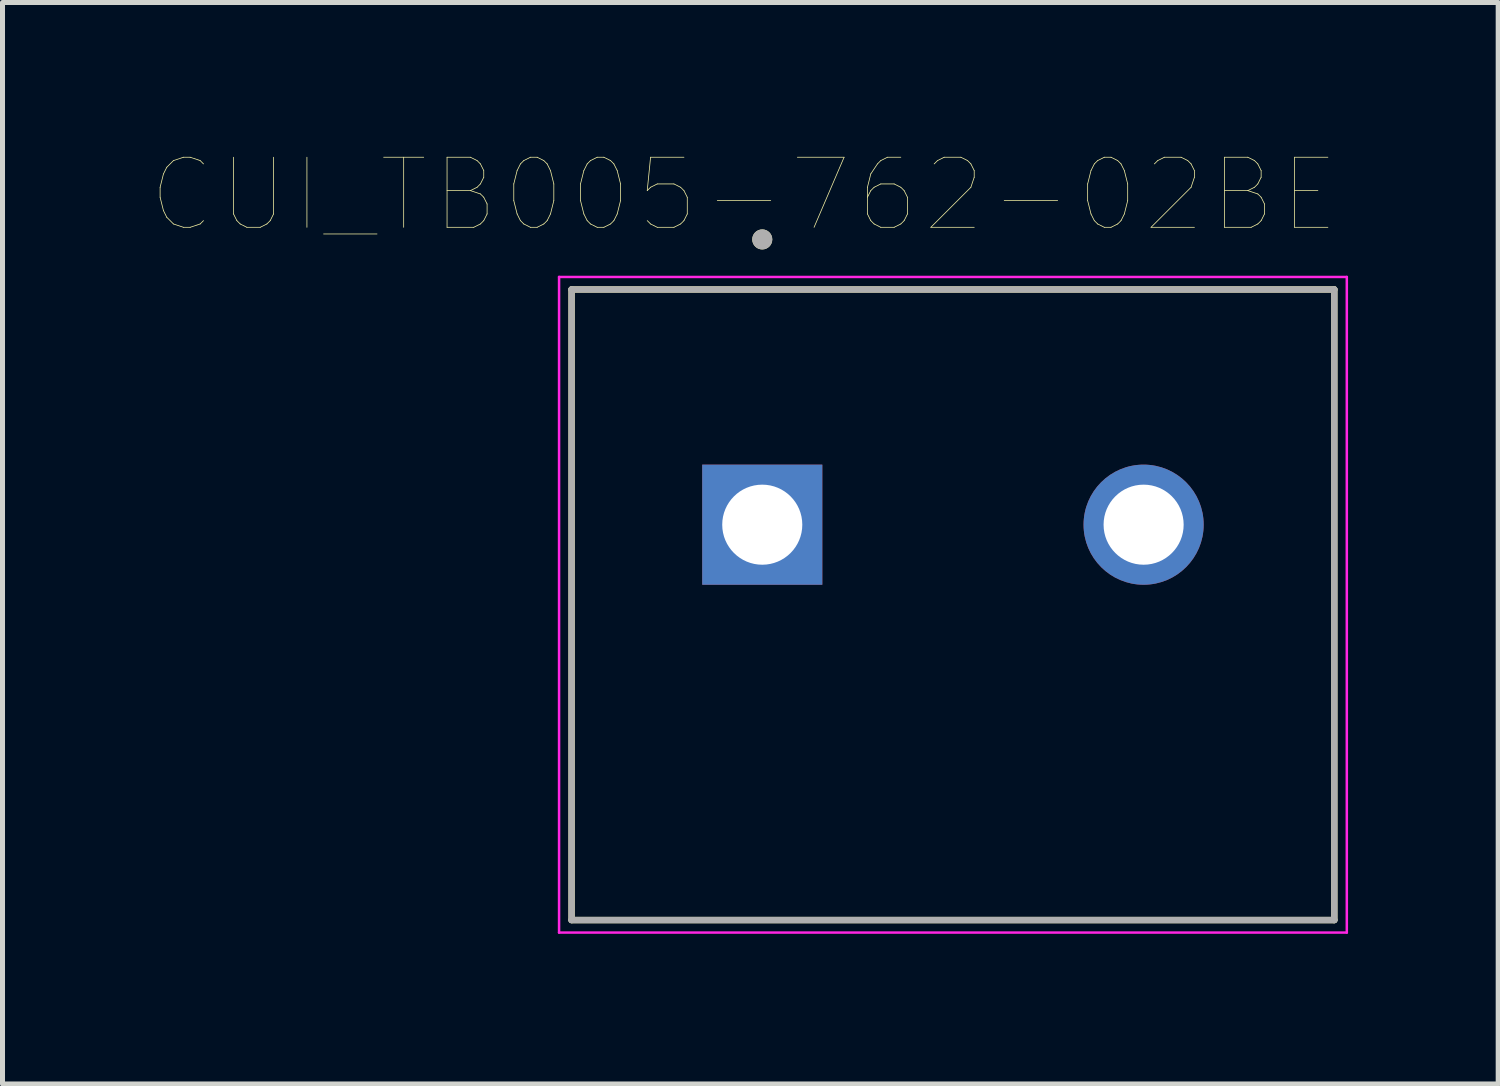
<source format=kicad_pcb>
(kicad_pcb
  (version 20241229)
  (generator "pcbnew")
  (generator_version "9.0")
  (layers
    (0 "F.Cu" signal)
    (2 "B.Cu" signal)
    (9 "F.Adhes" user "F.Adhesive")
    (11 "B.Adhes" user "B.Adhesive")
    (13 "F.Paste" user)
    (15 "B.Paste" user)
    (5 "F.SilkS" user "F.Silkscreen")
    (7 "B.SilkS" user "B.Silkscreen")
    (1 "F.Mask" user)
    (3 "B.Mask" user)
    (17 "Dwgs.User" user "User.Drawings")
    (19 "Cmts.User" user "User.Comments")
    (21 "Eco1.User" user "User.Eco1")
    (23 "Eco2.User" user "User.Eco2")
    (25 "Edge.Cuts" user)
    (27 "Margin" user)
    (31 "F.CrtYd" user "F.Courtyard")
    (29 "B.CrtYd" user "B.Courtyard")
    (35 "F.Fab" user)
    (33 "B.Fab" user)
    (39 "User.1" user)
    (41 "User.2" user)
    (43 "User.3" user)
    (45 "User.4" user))
  (footprint "CUI_TB005-762-02BE"
    (layer "F.Cu")
    (at 12.181 7.434)
    (property "Reference" "CUI_TB005-762-02BE" (at -0.365 -6.589 0) (layer "F.SilkS") (effects (font (size 1.4 1.4) (thickness 0.015))))
    (attr through_hole)
    (fp_line (start -3.81 -4.7) (end 11.43 -4.7) (stroke (width 0.127) (type solid)) (layer "F.SilkS"))
    (fp_line (start -3.81 7.9) (end -3.81 -4.7) (stroke (width 0.127) (type solid)) (layer "F.SilkS"))
    (fp_line (start 11.43 -4.7) (end 11.43 7.9) (stroke (width 0.127) (type solid)) (layer "F.SilkS"))
    (fp_line (start 11.43 7.9) (end -3.81 7.9) (stroke (width 0.127) (type solid)) (layer "F.SilkS"))
    (fp_circle (center 0 -5.7) (end 0.1 -5.7) (stroke (width 0.2) (type solid)) (fill no) (layer "F.SilkS"))
    (fp_line (start -4.06 -4.95) (end 11.68 -4.95) (stroke (width 0.05) (type solid)) (layer "F.CrtYd"))
    (fp_line (start -4.06 8.15) (end -4.06 -4.95) (stroke (width 0.05) (type solid)) (layer "F.CrtYd"))
    (fp_line (start 11.68 -4.95) (end 11.68 8.15) (stroke (width 0.05) (type solid)) (layer "F.CrtYd"))
    (fp_line (start 11.68 8.15) (end -4.06 8.15) (stroke (width 0.05) (type solid)) (layer "F.CrtYd"))
    (fp_line (start -3.81 -4.7) (end 11.43 -4.7) (stroke (width 0.127) (type solid)) (layer "F.Fab"))
    (fp_line (start -3.81 7.9) (end -3.81 -4.7) (stroke (width 0.127) (type solid)) (layer "F.Fab"))
    (fp_line (start 11.43 -4.7) (end 11.43 7.9) (stroke (width 0.127) (type solid)) (layer "F.Fab"))
    (fp_line (start 11.43 7.9) (end -3.81 7.9) (stroke (width 0.127) (type solid)) (layer "F.Fab"))
    (fp_circle (center 0 -5.7) (end 0.1 -5.7) (stroke (width 0.2) (type solid)) (fill no) (layer "F.Fab"))
    (pad "1" thru_hole rect (at 0 0) (size 2.4 2.4) (drill 1.6) (layers "*.Cu" "*.Mask"))
    (pad "2" thru_hole circle (at 7.62 0) (size 2.4 2.4) (drill 1.6) (layers "*.Cu" "*.Mask")))
  (gr_rect
    (start -3 -3)
    (end 26.886 18.609)
    (stroke (width 0.1) (type default))
    (fill no)
    (layer "Edge.Cuts")))
</source>
